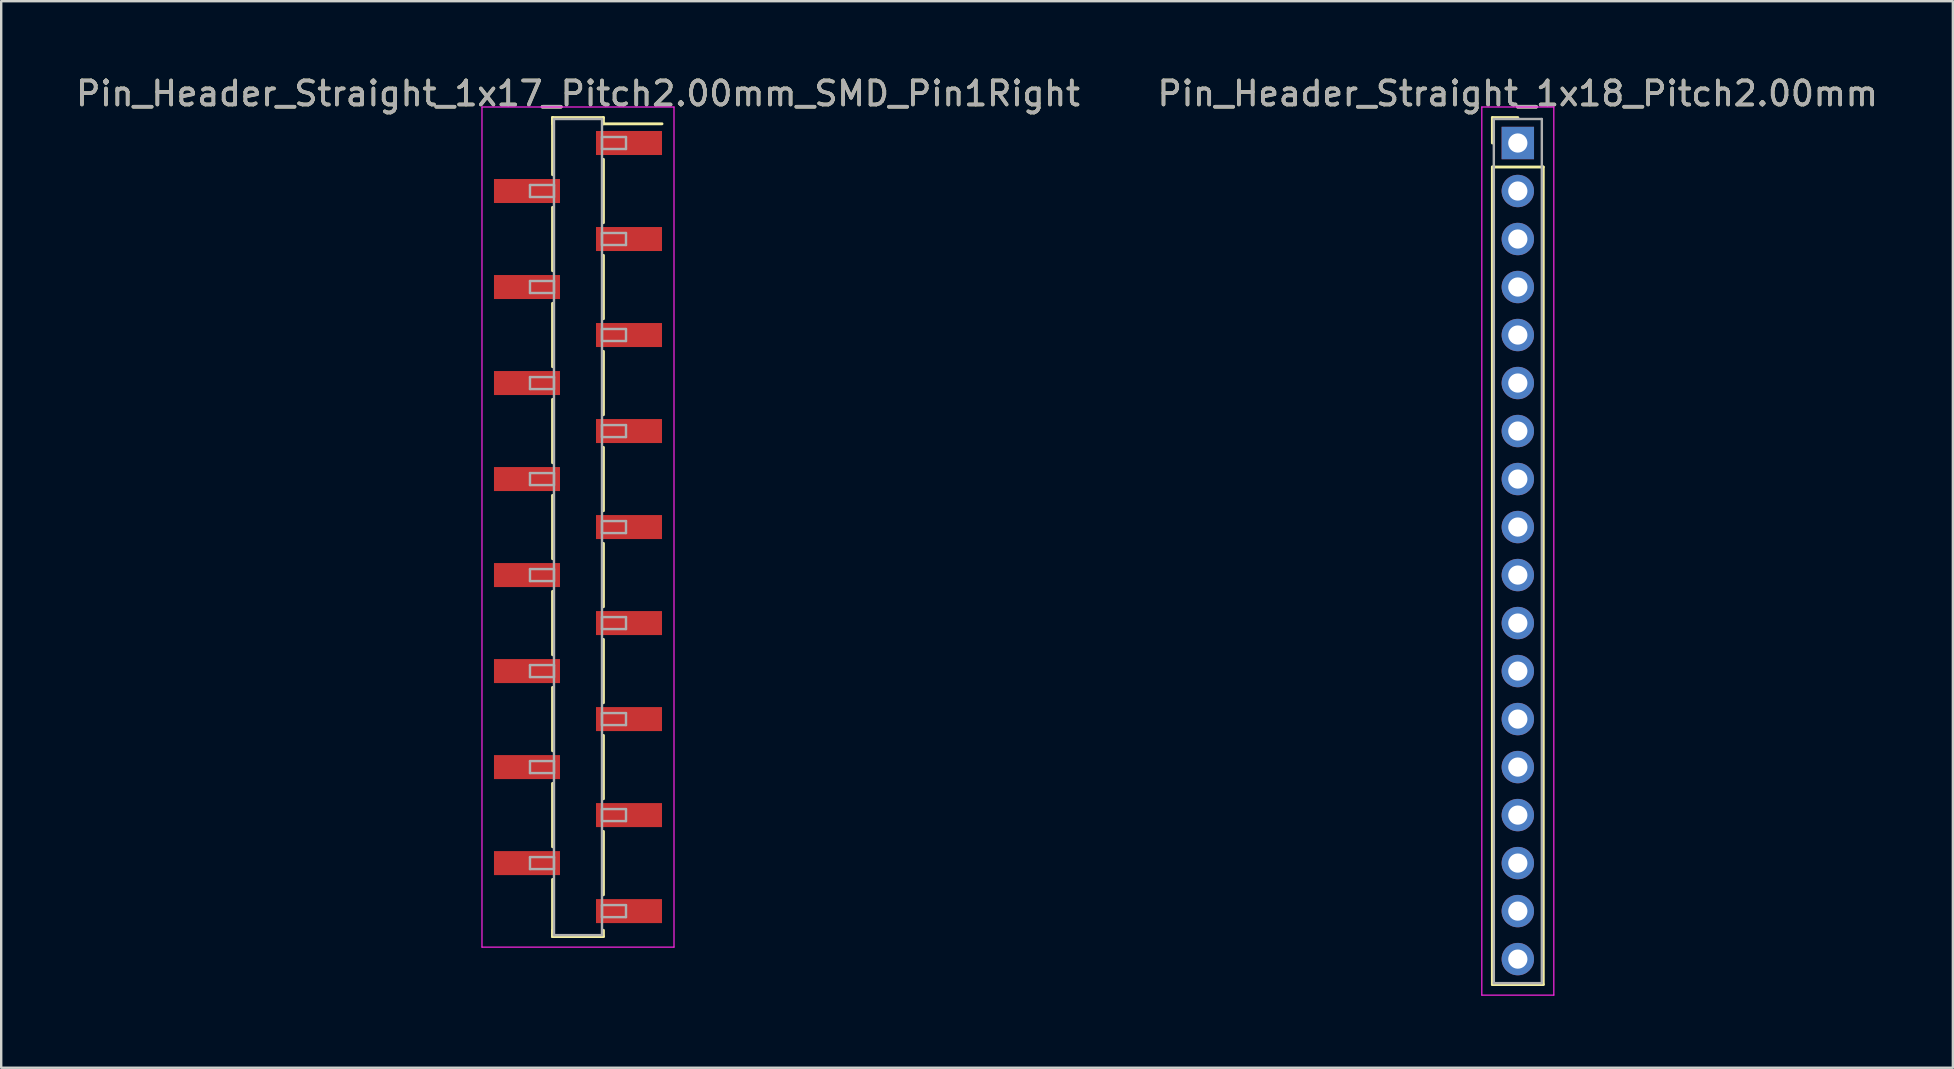
<source format=kicad_pcb>
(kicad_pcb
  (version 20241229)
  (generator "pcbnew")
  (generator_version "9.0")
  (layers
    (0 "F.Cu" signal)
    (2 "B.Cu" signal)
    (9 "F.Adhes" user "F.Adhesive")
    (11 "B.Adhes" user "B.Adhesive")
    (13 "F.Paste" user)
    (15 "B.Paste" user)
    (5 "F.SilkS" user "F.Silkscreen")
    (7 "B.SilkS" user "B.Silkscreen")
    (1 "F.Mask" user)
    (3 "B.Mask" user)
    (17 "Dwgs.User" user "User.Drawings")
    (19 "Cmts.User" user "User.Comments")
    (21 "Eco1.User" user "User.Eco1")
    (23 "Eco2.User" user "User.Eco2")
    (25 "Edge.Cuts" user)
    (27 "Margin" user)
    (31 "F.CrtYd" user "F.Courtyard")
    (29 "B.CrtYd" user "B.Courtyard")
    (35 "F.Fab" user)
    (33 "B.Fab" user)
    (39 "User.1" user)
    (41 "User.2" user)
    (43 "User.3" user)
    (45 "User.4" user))
  (footprint "Pin_Header_Straight_1x17_Pitch2.00mm_SMD_Pin1Right"
    (layer "F.Cu")
    (at 21.03 18.908)
    (property "Reference" "Pin_Header_Straight_1x17_Pitch2.00mm_SMD_Pin1Right" (at 0 -18.06 0) (layer "F.SilkS") (effects (font (size 1 1) (thickness 0.15))))
    (attr smd)
    (fp_line (start -1.06 -17.06) (end -1.06 -14.68) (stroke (width 0.12) (type solid)) (layer "F.SilkS"))
    (fp_line (start -1.06 -17.06) (end 1.06 -17.06) (stroke (width 0.12) (type solid)) (layer "F.SilkS"))
    (fp_line (start -1.06 -16.8) (end -1.06 -17.06) (stroke (width 0.12) (type solid)) (layer "F.SilkS"))
    (fp_line (start -1.06 -13.32) (end -1.06 -10.68) (stroke (width 0.12) (type solid)) (layer "F.SilkS"))
    (fp_line (start -1.06 -9.32) (end -1.06 -6.68) (stroke (width 0.12) (type solid)) (layer "F.SilkS"))
    (fp_line (start -1.06 -5.32) (end -1.06 -2.68) (stroke (width 0.12) (type solid)) (layer "F.SilkS"))
    (fp_line (start -1.06 -1.32) (end -1.06 1.32) (stroke (width 0.12) (type solid)) (layer "F.SilkS"))
    (fp_line (start -1.06 2.68) (end -1.06 5.32) (stroke (width 0.12) (type solid)) (layer "F.SilkS"))
    (fp_line (start -1.06 6.68) (end -1.06 9.32) (stroke (width 0.12) (type solid)) (layer "F.SilkS"))
    (fp_line (start -1.06 10.68) (end -1.06 13.32) (stroke (width 0.12) (type solid)) (layer "F.SilkS"))
    (fp_line (start -1.06 14.68) (end -1.06 17.06) (stroke (width 0.12) (type solid)) (layer "F.SilkS"))
    (fp_line (start -1.06 16.8) (end -1.06 17.06) (stroke (width 0.12) (type solid)) (layer "F.SilkS"))
    (fp_line (start -1.06 17.06) (end 1.06 17.06) (stroke (width 0.12) (type solid)) (layer "F.SilkS"))
    (fp_line (start 1.06 -17.06) (end 1.06 -16.8) (stroke (width 0.12) (type solid)) (layer "F.SilkS"))
    (fp_line (start 1.06 -16.8) (end 3.5 -16.8) (stroke (width 0.12) (type solid)) (layer "F.SilkS"))
    (fp_line (start 1.06 -15.32) (end 1.06 -12.68) (stroke (width 0.12) (type solid)) (layer "F.SilkS"))
    (fp_line (start 1.06 -11.32) (end 1.06 -8.68) (stroke (width 0.12) (type solid)) (layer "F.SilkS"))
    (fp_line (start 1.06 -7.32) (end 1.06 -4.68) (stroke (width 0.12) (type solid)) (layer "F.SilkS"))
    (fp_line (start 1.06 -3.32) (end 1.06 -0.68) (stroke (width 0.12) (type solid)) (layer "F.SilkS"))
    (fp_line (start 1.06 0.68) (end 1.06 3.32) (stroke (width 0.12) (type solid)) (layer "F.SilkS"))
    (fp_line (start 1.06 4.68) (end 1.06 7.32) (stroke (width 0.12) (type solid)) (layer "F.SilkS"))
    (fp_line (start 1.06 8.68) (end 1.06 11.32) (stroke (width 0.12) (type solid)) (layer "F.SilkS"))
    (fp_line (start 1.06 12.68) (end 1.06 15.32) (stroke (width 0.12) (type solid)) (layer "F.SilkS"))
    (fp_line (start 1.06 17.06) (end 1.06 16.8) (stroke (width 0.12) (type solid)) (layer "F.SilkS"))
    (fp_line (start -4 -17.5) (end -4 17.5) (stroke (width 0.05) (type solid)) (layer "F.CrtYd"))
    (fp_line (start -4 17.5) (end 4 17.5) (stroke (width 0.05) (type solid)) (layer "F.CrtYd"))
    (fp_line (start 4 -17.5) (end -4 -17.5) (stroke (width 0.05) (type solid)) (layer "F.CrtYd"))
    (fp_line (start 4 17.5) (end 4 -17.5) (stroke (width 0.05) (type solid)) (layer "F.CrtYd"))
    (fp_line (start -2 -14.25) (end -1 -14.25) (stroke (width 0.1) (type solid)) (layer "F.Fab"))
    (fp_line (start -2 -13.75) (end -2 -14.25) (stroke (width 0.1) (type solid)) (layer "F.Fab"))
    (fp_line (start -2 -10.25) (end -1 -10.25) (stroke (width 0.1) (type solid)) (layer "F.Fab"))
    (fp_line (start -2 -9.75) (end -2 -10.25) (stroke (width 0.1) (type solid)) (layer "F.Fab"))
    (fp_line (start -2 -6.25) (end -1 -6.25) (stroke (width 0.1) (type solid)) (layer "F.Fab"))
    (fp_line (start -2 -5.75) (end -2 -6.25) (stroke (width 0.1) (type solid)) (layer "F.Fab"))
    (fp_line (start -2 -2.25) (end -1 -2.25) (stroke (width 0.1) (type solid)) (layer "F.Fab"))
    (fp_line (start -2 -1.75) (end -2 -2.25) (stroke (width 0.1) (type solid)) (layer "F.Fab"))
    (fp_line (start -2 1.75) (end -1 1.75) (stroke (width 0.1) (type solid)) (layer "F.Fab"))
    (fp_line (start -2 2.25) (end -2 1.75) (stroke (width 0.1) (type solid)) (layer "F.Fab"))
    (fp_line (start -2 5.75) (end -1 5.75) (stroke (width 0.1) (type solid)) (layer "F.Fab"))
    (fp_line (start -2 6.25) (end -2 5.75) (stroke (width 0.1) (type solid)) (layer "F.Fab"))
    (fp_line (start -2 9.75) (end -1 9.75) (stroke (width 0.1) (type solid)) (layer "F.Fab"))
    (fp_line (start -2 10.25) (end -2 9.75) (stroke (width 0.1) (type solid)) (layer "F.Fab"))
    (fp_line (start -2 13.75) (end -1 13.75) (stroke (width 0.1) (type solid)) (layer "F.Fab"))
    (fp_line (start -2 14.25) (end -2 13.75) (stroke (width 0.1) (type solid)) (layer "F.Fab"))
    (fp_line (start -1 -17) (end -1 17) (stroke (width 0.1) (type solid)) (layer "F.Fab"))
    (fp_line (start -1 -14.25) (end -1 -13.75) (stroke (width 0.1) (type solid)) (layer "F.Fab"))
    (fp_line (start -1 -13.75) (end -2 -13.75) (stroke (width 0.1) (type solid)) (layer "F.Fab"))
    (fp_line (start -1 -10.25) (end -1 -9.75) (stroke (width 0.1) (type solid)) (layer "F.Fab"))
    (fp_line (start -1 -9.75) (end -2 -9.75) (stroke (width 0.1) (type solid)) (layer "F.Fab"))
    (fp_line (start -1 -6.25) (end -1 -5.75) (stroke (width 0.1) (type solid)) (layer "F.Fab"))
    (fp_line (start -1 -5.75) (end -2 -5.75) (stroke (width 0.1) (type solid)) (layer "F.Fab"))
    (fp_line (start -1 -2.25) (end -1 -1.75) (stroke (width 0.1) (type solid)) (layer "F.Fab"))
    (fp_line (start -1 -1.75) (end -2 -1.75) (stroke (width 0.1) (type solid)) (layer "F.Fab"))
    (fp_line (start -1 1.75) (end -1 2.25) (stroke (width 0.1) (type solid)) (layer "F.Fab"))
    (fp_line (start -1 2.25) (end -2 2.25) (stroke (width 0.1) (type solid)) (layer "F.Fab"))
    (fp_line (start -1 5.75) (end -1 6.25) (stroke (width 0.1) (type solid)) (layer "F.Fab"))
    (fp_line (start -1 6.25) (end -2 6.25) (stroke (width 0.1) (type solid)) (layer "F.Fab"))
    (fp_line (start -1 9.75) (end -1 10.25) (stroke (width 0.1) (type solid)) (layer "F.Fab"))
    (fp_line (start -1 10.25) (end -2 10.25) (stroke (width 0.1) (type solid)) (layer "F.Fab"))
    (fp_line (start -1 13.75) (end -1 14.25) (stroke (width 0.1) (type solid)) (layer "F.Fab"))
    (fp_line (start -1 14.25) (end -2 14.25) (stroke (width 0.1) (type solid)) (layer "F.Fab"))
    (fp_line (start -1 17) (end 1 17) (stroke (width 0.1) (type solid)) (layer "F.Fab"))
    (fp_line (start 1 -17) (end -1 -17) (stroke (width 0.1) (type solid)) (layer "F.Fab"))
    (fp_line (start 1 -16.25) (end 1 -15.75) (stroke (width 0.1) (type solid)) (layer "F.Fab"))
    (fp_line (start 1 -15.75) (end 2 -15.75) (stroke (width 0.1) (type solid)) (layer "F.Fab"))
    (fp_line (start 1 -12.25) (end 1 -11.75) (stroke (width 0.1) (type solid)) (layer "F.Fab"))
    (fp_line (start 1 -11.75) (end 2 -11.75) (stroke (width 0.1) (type solid)) (layer "F.Fab"))
    (fp_line (start 1 -8.25) (end 1 -7.75) (stroke (width 0.1) (type solid)) (layer "F.Fab"))
    (fp_line (start 1 -7.75) (end 2 -7.75) (stroke (width 0.1) (type solid)) (layer "F.Fab"))
    (fp_line (start 1 -4.25) (end 1 -3.75) (stroke (width 0.1) (type solid)) (layer "F.Fab"))
    (fp_line (start 1 -3.75) (end 2 -3.75) (stroke (width 0.1) (type solid)) (layer "F.Fab"))
    (fp_line (start 1 -0.25) (end 1 0.25) (stroke (width 0.1) (type solid)) (layer "F.Fab"))
    (fp_line (start 1 0.25) (end 2 0.25) (stroke (width 0.1) (type solid)) (layer "F.Fab"))
    (fp_line (start 1 3.75) (end 1 4.25) (stroke (width 0.1) (type solid)) (layer "F.Fab"))
    (fp_line (start 1 4.25) (end 2 4.25) (stroke (width 0.1) (type solid)) (layer "F.Fab"))
    (fp_line (start 1 7.75) (end 1 8.25) (stroke (width 0.1) (type solid)) (layer "F.Fab"))
    (fp_line (start 1 8.25) (end 2 8.25) (stroke (width 0.1) (type solid)) (layer "F.Fab"))
    (fp_line (start 1 11.75) (end 1 12.25) (stroke (width 0.1) (type solid)) (layer "F.Fab"))
    (fp_line (start 1 12.25) (end 2 12.25) (stroke (width 0.1) (type solid)) (layer "F.Fab"))
    (fp_line (start 1 15.75) (end 1 16.25) (stroke (width 0.1) (type solid)) (layer "F.Fab"))
    (fp_line (start 1 16.25) (end 2 16.25) (stroke (width 0.1) (type solid)) (layer "F.Fab"))
    (fp_line (start 1 17) (end 1 -17) (stroke (width 0.1) (type solid)) (layer "F.Fab"))
    (fp_line (start 2 -16.25) (end 1 -16.25) (stroke (width 0.1) (type solid)) (layer "F.Fab"))
    (fp_line (start 2 -15.75) (end 2 -16.25) (stroke (width 0.1) (type solid)) (layer "F.Fab"))
    (fp_line (start 2 -12.25) (end 1 -12.25) (stroke (width 0.1) (type solid)) (layer "F.Fab"))
    (fp_line (start 2 -11.75) (end 2 -12.25) (stroke (width 0.1) (type solid)) (layer "F.Fab"))
    (fp_line (start 2 -8.25) (end 1 -8.25) (stroke (width 0.1) (type solid)) (layer "F.Fab"))
    (fp_line (start 2 -7.75) (end 2 -8.25) (stroke (width 0.1) (type solid)) (layer "F.Fab"))
    (fp_line (start 2 -4.25) (end 1 -4.25) (stroke (width 0.1) (type solid)) (layer "F.Fab"))
    (fp_line (start 2 -3.75) (end 2 -4.25) (stroke (width 0.1) (type solid)) (layer "F.Fab"))
    (fp_line (start 2 -0.25) (end 1 -0.25) (stroke (width 0.1) (type solid)) (layer "F.Fab"))
    (fp_line (start 2 0.25) (end 2 -0.25) (stroke (width 0.1) (type solid)) (layer "F.Fab"))
    (fp_line (start 2 3.75) (end 1 3.75) (stroke (width 0.1) (type solid)) (layer "F.Fab"))
    (fp_line (start 2 4.25) (end 2 3.75) (stroke (width 0.1) (type solid)) (layer "F.Fab"))
    (fp_line (start 2 7.75) (end 1 7.75) (stroke (width 0.1) (type solid)) (layer "F.Fab"))
    (fp_line (start 2 8.25) (end 2 7.75) (stroke (width 0.1) (type solid)) (layer "F.Fab"))
    (fp_line (start 2 11.75) (end 1 11.75) (stroke (width 0.1) (type solid)) (layer "F.Fab"))
    (fp_line (start 2 12.25) (end 2 11.75) (stroke (width 0.1) (type solid)) (layer "F.Fab"))
    (fp_line (start 2 15.75) (end 1 15.75) (stroke (width 0.1) (type solid)) (layer "F.Fab"))
    (fp_line (start 2 16.25) (end 2 15.75) (stroke (width 0.1) (type solid)) (layer "F.Fab"))
    (fp_text user "${REFERENCE}" (at 0 -18.06 0) (layer "F.Fab") (effects (font (size 1 1) (thickness 0.15))))
    (pad "1" smd rect (at 2.125 -16) (size 2.75 1) (layers "F.Cu" "F.Mask" "F.Paste"))
    (pad "2" smd rect (at -2.125 -14) (size 2.75 1) (layers "F.Cu" "F.Mask" "F.Paste"))
    (pad "3" smd rect (at 2.125 -12) (size 2.75 1) (layers "F.Cu" "F.Mask" "F.Paste"))
    (pad "4" smd rect (at -2.125 -10) (size 2.75 1) (layers "F.Cu" "F.Mask" "F.Paste"))
    (pad "5" smd rect (at 2.125 -8) (size 2.75 1) (layers "F.Cu" "F.Mask" "F.Paste"))
    (pad "6" smd rect (at -2.125 -6) (size 2.75 1) (layers "F.Cu" "F.Mask" "F.Paste"))
    (pad "7" smd rect (at 2.125 -4) (size 2.75 1) (layers "F.Cu" "F.Mask" "F.Paste"))
    (pad "8" smd rect (at -2.125 -2) (size 2.75 1) (layers "F.Cu" "F.Mask" "F.Paste"))
    (pad "9" smd rect (at 2.125 0) (size 2.75 1) (layers "F.Cu" "F.Mask" "F.Paste"))
    (pad "10" smd rect (at -2.125 2) (size 2.75 1) (layers "F.Cu" "F.Mask" "F.Paste"))
    (pad "11" smd rect (at 2.125 4) (size 2.75 1) (layers "F.Cu" "F.Mask" "F.Paste"))
    (pad "12" smd rect (at -2.125 6) (size 2.75 1) (layers "F.Cu" "F.Mask" "F.Paste"))
    (pad "13" smd rect (at 2.125 8) (size 2.75 1) (layers "F.Cu" "F.Mask" "F.Paste"))
    (pad "14" smd rect (at -2.125 10) (size 2.75 1) (layers "F.Cu" "F.Mask" "F.Paste"))
    (pad "15" smd rect (at 2.125 12) (size 2.75 1) (layers "F.Cu" "F.Mask" "F.Paste"))
    (pad "16" smd rect (at -2.125 14) (size 2.75 1) (layers "F.Cu" "F.Mask" "F.Paste"))
    (pad "17" smd rect (at 2.125 16) (size 2.75 1) (layers "F.Cu" "F.Mask" "F.Paste")))
  (footprint "Pin_Header_Straight_1x18_Pitch2.00mm"
    (layer "F.Cu")
    (at 60.185 2.908)
    (property "Reference" "Pin_Header_Straight_1x18_Pitch2.00mm" (at 0 -2.06 0) (layer "F.SilkS") (effects (font (size 1 1) (thickness 0.15))))
    (attr through_hole)
    (fp_line (start -1.06 -1.06) (end 0 -1.06) (stroke (width 0.12) (type solid)) (layer "F.SilkS"))
    (fp_line (start -1.06 0) (end -1.06 -1.06) (stroke (width 0.12) (type solid)) (layer "F.SilkS"))
    (fp_line (start -1.06 1) (end -1.06 35.06) (stroke (width 0.12) (type solid)) (layer "F.SilkS"))
    (fp_line (start -1.06 35.06) (end 1.06 35.06) (stroke (width 0.12) (type solid)) (layer "F.SilkS"))
    (fp_line (start 1.06 1) (end -1.06 1) (stroke (width 0.12) (type solid)) (layer "F.SilkS"))
    (fp_line (start 1.06 35.06) (end 1.06 1) (stroke (width 0.12) (type solid)) (layer "F.SilkS"))
    (fp_line (start -1.5 -1.5) (end -1.5 35.5) (stroke (width 0.05) (type solid)) (layer "F.CrtYd"))
    (fp_line (start -1.5 35.5) (end 1.5 35.5) (stroke (width 0.05) (type solid)) (layer "F.CrtYd"))
    (fp_line (start 1.5 -1.5) (end -1.5 -1.5) (stroke (width 0.05) (type solid)) (layer "F.CrtYd"))
    (fp_line (start 1.5 35.5) (end 1.5 -1.5) (stroke (width 0.05) (type solid)) (layer "F.CrtYd"))
    (fp_line (start -1 -1) (end -1 35) (stroke (width 0.1) (type solid)) (layer "F.Fab"))
    (fp_line (start -1 35) (end 1 35) (stroke (width 0.1) (type solid)) (layer "F.Fab"))
    (fp_line (start 1 -1) (end -1 -1) (stroke (width 0.1) (type solid)) (layer "F.Fab"))
    (fp_line (start 1 35) (end 1 -1) (stroke (width 0.1) (type solid)) (layer "F.Fab"))
    (fp_text user "${REFERENCE}" (at 0 -2.06 0) (layer "F.Fab") (effects (font (size 1 1) (thickness 0.15))))
    (pad "1" thru_hole rect (at 0 0) (size 1.35 1.35) (drill 0.8) (layers "*.Cu" "*.Mask"))
    (pad "2" thru_hole oval (at 0 2) (size 1.35 1.35) (drill 0.8) (layers "*.Cu" "*.Mask"))
    (pad "3" thru_hole oval (at 0 4) (size 1.35 1.35) (drill 0.8) (layers "*.Cu" "*.Mask"))
    (pad "4" thru_hole oval (at 0 6) (size 1.35 1.35) (drill 0.8) (layers "*.Cu" "*.Mask"))
    (pad "5" thru_hole oval (at 0 8) (size 1.35 1.35) (drill 0.8) (layers "*.Cu" "*.Mask"))
    (pad "6" thru_hole oval (at 0 10) (size 1.35 1.35) (drill 0.8) (layers "*.Cu" "*.Mask"))
    (pad "7" thru_hole oval (at 0 12) (size 1.35 1.35) (drill 0.8) (layers "*.Cu" "*.Mask"))
    (pad "8" thru_hole oval (at 0 14) (size 1.35 1.35) (drill 0.8) (layers "*.Cu" "*.Mask"))
    (pad "9" thru_hole oval (at 0 16) (size 1.35 1.35) (drill 0.8) (layers "*.Cu" "*.Mask"))
    (pad "10" thru_hole oval (at 0 18) (size 1.35 1.35) (drill 0.8) (layers "*.Cu" "*.Mask"))
    (pad "11" thru_hole oval (at 0 20) (size 1.35 1.35) (drill 0.8) (layers "*.Cu" "*.Mask"))
    (pad "12" thru_hole oval (at 0 22) (size 1.35 1.35) (drill 0.8) (layers "*.Cu" "*.Mask"))
    (pad "13" thru_hole oval (at 0 24) (size 1.35 1.35) (drill 0.8) (layers "*.Cu" "*.Mask"))
    (pad "14" thru_hole oval (at 0 26) (size 1.35 1.35) (drill 0.8) (layers "*.Cu" "*.Mask"))
    (pad "15" thru_hole oval (at 0 28) (size 1.35 1.35) (drill 0.8) (layers "*.Cu" "*.Mask"))
    (pad "16" thru_hole oval (at 0 30) (size 1.35 1.35) (drill 0.8) (layers "*.Cu" "*.Mask"))
    (pad "17" thru_hole oval (at 0 32) (size 1.35 1.35) (drill 0.8) (layers "*.Cu" "*.Mask"))
    (pad "18" thru_hole oval (at 0 34) (size 1.35 1.35) (drill 0.8) (layers "*.Cu" "*.Mask")))
  (gr_rect
    (start -3 -3)
    (end 78.31 41.433)
    (stroke (width 0.1) (type default))
    (fill no)
    (layer "Edge.Cuts")))
</source>
